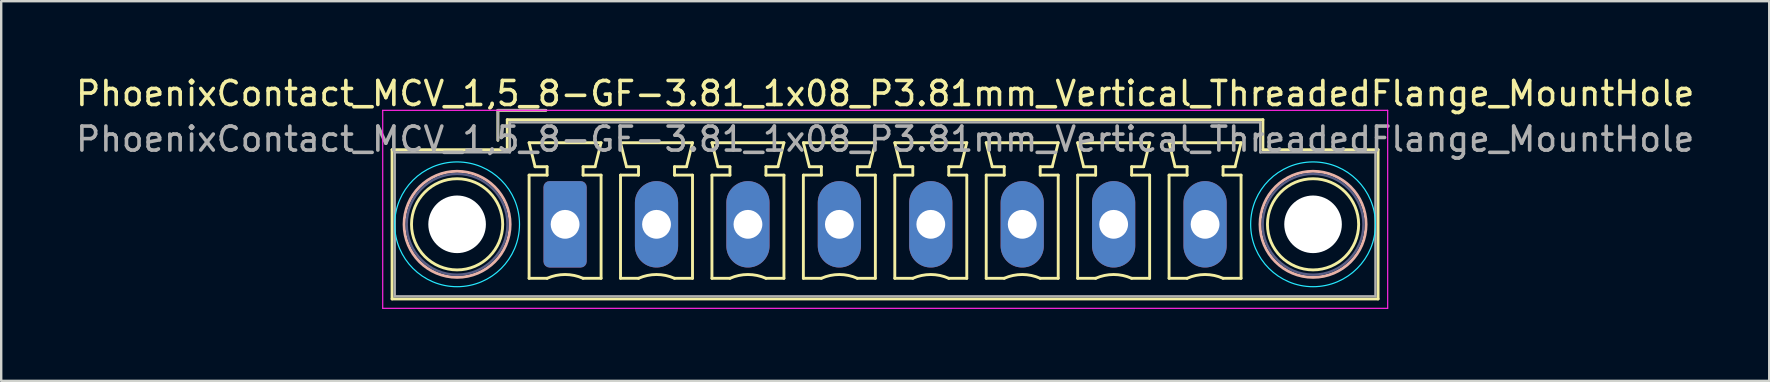
<source format=kicad_pcb>
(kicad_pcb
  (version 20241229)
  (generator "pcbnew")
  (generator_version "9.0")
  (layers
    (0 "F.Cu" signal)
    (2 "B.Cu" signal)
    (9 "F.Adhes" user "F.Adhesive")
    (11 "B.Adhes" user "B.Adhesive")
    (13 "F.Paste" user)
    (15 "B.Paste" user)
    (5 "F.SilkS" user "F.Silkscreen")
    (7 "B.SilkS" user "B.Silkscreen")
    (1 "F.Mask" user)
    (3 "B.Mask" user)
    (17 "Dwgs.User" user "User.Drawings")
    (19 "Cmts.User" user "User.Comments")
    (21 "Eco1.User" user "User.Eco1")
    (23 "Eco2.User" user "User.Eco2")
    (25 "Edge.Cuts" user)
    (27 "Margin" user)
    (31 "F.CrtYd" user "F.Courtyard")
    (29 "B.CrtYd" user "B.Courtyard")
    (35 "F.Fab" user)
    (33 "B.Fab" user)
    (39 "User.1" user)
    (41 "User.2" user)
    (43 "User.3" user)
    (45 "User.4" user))
  (footprint "PhoenixContact_MCV_1,5_8-GF-3.81_1x08_P3.81mm_Vertical_ThreadedFlange_MountHole"
    (layer "F.Cu")
    (at 20.499 6.298)
    (property "Reference" "PhoenixContact_MCV_1,5_8-GF-3.81_1x08_P3.81mm_Vertical_ThreadedFlange_MountHole" (at 13.34 -5.45 0) (layer "F.SilkS") (effects (font (size 1 1) (thickness 0.15))))
    (attr through_hole)
    (fp_line (start -7.21 -3.11) (end -7.21 3.11) (stroke (width 0.12) (type solid)) (layer "F.SilkS"))
    (fp_line (start -7.21 3.11) (end 33.88 3.11) (stroke (width 0.12) (type solid)) (layer "F.SilkS"))
    (fp_line (start -2.8 -4.75) (end -0.8 -4.75) (stroke (width 0.12) (type solid)) (layer "F.SilkS"))
    (fp_line (start -2.8 -3.5) (end -2.8 -4.75) (stroke (width 0.12) (type solid)) (layer "F.SilkS"))
    (fp_line (start -2.41 -4.36) (end -2.41 -3.11) (stroke (width 0.12) (type solid)) (layer "F.SilkS"))
    (fp_line (start -2.41 -3.11) (end -7.21 -3.11) (stroke (width 0.12) (type solid)) (layer "F.SilkS"))
    (fp_line (start -1.5 -3.4) (end 1.5 -3.4) (stroke (width 0.12) (type solid)) (layer "F.SilkS"))
    (fp_line (start -1.5 -2.05) (end -0.75 -2.05) (stroke (width 0.12) (type solid)) (layer "F.SilkS"))
    (fp_line (start -1.5 2.25) (end -1.5 -2.05) (stroke (width 0.12) (type solid)) (layer "F.SilkS"))
    (fp_line (start -1.25 -2.4) (end -1.5 -3.4) (stroke (width 0.12) (type solid)) (layer "F.SilkS"))
    (fp_line (start -0.75 -2.4) (end -1.25 -2.4) (stroke (width 0.12) (type solid)) (layer "F.SilkS"))
    (fp_line (start -0.75 -2.05) (end -0.75 -2.4) (stroke (width 0.12) (type solid)) (layer "F.SilkS"))
    (fp_line (start -0.75 2.25) (end -1.5 2.25) (stroke (width 0.12) (type solid)) (layer "F.SilkS"))
    (fp_line (start 0.75 -2.4) (end 0.75 -2.05) (stroke (width 0.12) (type solid)) (layer "F.SilkS"))
    (fp_line (start 0.75 -2.05) (end 1.5 -2.05) (stroke (width 0.12) (type solid)) (layer "F.SilkS"))
    (fp_line (start 1.25 -2.4) (end 0.75 -2.4) (stroke (width 0.12) (type solid)) (layer "F.SilkS"))
    (fp_line (start 1.5 -3.4) (end 1.25 -2.4) (stroke (width 0.12) (type solid)) (layer "F.SilkS"))
    (fp_line (start 1.5 -2.05) (end 1.5 2.25) (stroke (width 0.12) (type solid)) (layer "F.SilkS"))
    (fp_line (start 1.5 2.25) (end 0.75 2.25) (stroke (width 0.12) (type solid)) (layer "F.SilkS"))
    (fp_line (start 2.31 -3.4) (end 5.31 -3.4) (stroke (width 0.12) (type solid)) (layer "F.SilkS"))
    (fp_line (start 2.31 -2.05) (end 3.06 -2.05) (stroke (width 0.12) (type solid)) (layer "F.SilkS"))
    (fp_line (start 2.31 2.25) (end 2.31 -2.05) (stroke (width 0.12) (type solid)) (layer "F.SilkS"))
    (fp_line (start 2.56 -2.4) (end 2.31 -3.4) (stroke (width 0.12) (type solid)) (layer "F.SilkS"))
    (fp_line (start 3.06 -2.4) (end 2.56 -2.4) (stroke (width 0.12) (type solid)) (layer "F.SilkS"))
    (fp_line (start 3.06 -2.05) (end 3.06 -2.4) (stroke (width 0.12) (type solid)) (layer "F.SilkS"))
    (fp_line (start 3.06 2.25) (end 2.31 2.25) (stroke (width 0.12) (type solid)) (layer "F.SilkS"))
    (fp_line (start 4.56 -2.4) (end 4.56 -2.05) (stroke (width 0.12) (type solid)) (layer "F.SilkS"))
    (fp_line (start 4.56 -2.05) (end 5.31 -2.05) (stroke (width 0.12) (type solid)) (layer "F.SilkS"))
    (fp_line (start 5.06 -2.4) (end 4.56 -2.4) (stroke (width 0.12) (type solid)) (layer "F.SilkS"))
    (fp_line (start 5.31 -3.4) (end 5.06 -2.4) (stroke (width 0.12) (type solid)) (layer "F.SilkS"))
    (fp_line (start 5.31 -2.05) (end 5.31 2.25) (stroke (width 0.12) (type solid)) (layer "F.SilkS"))
    (fp_line (start 5.31 2.25) (end 4.56 2.25) (stroke (width 0.12) (type solid)) (layer "F.SilkS"))
    (fp_line (start 6.12 -3.4) (end 9.12 -3.4) (stroke (width 0.12) (type solid)) (layer "F.SilkS"))
    (fp_line (start 6.12 -2.05) (end 6.87 -2.05) (stroke (width 0.12) (type solid)) (layer "F.SilkS"))
    (fp_line (start 6.12 2.25) (end 6.12 -2.05) (stroke (width 0.12) (type solid)) (layer "F.SilkS"))
    (fp_line (start 6.37 -2.4) (end 6.12 -3.4) (stroke (width 0.12) (type solid)) (layer "F.SilkS"))
    (fp_line (start 6.87 -2.4) (end 6.37 -2.4) (stroke (width 0.12) (type solid)) (layer "F.SilkS"))
    (fp_line (start 6.87 -2.05) (end 6.87 -2.4) (stroke (width 0.12) (type solid)) (layer "F.SilkS"))
    (fp_line (start 6.87 2.25) (end 6.12 2.25) (stroke (width 0.12) (type solid)) (layer "F.SilkS"))
    (fp_line (start 8.37 -2.4) (end 8.37 -2.05) (stroke (width 0.12) (type solid)) (layer "F.SilkS"))
    (fp_line (start 8.37 -2.05) (end 9.12 -2.05) (stroke (width 0.12) (type solid)) (layer "F.SilkS"))
    (fp_line (start 8.87 -2.4) (end 8.37 -2.4) (stroke (width 0.12) (type solid)) (layer "F.SilkS"))
    (fp_line (start 9.12 -3.4) (end 8.87 -2.4) (stroke (width 0.12) (type solid)) (layer "F.SilkS"))
    (fp_line (start 9.12 -2.05) (end 9.12 2.25) (stroke (width 0.12) (type solid)) (layer "F.SilkS"))
    (fp_line (start 9.12 2.25) (end 8.37 2.25) (stroke (width 0.12) (type solid)) (layer "F.SilkS"))
    (fp_line (start 9.93 -3.4) (end 12.93 -3.4) (stroke (width 0.12) (type solid)) (layer "F.SilkS"))
    (fp_line (start 9.93 -2.05) (end 10.68 -2.05) (stroke (width 0.12) (type solid)) (layer "F.SilkS"))
    (fp_line (start 9.93 2.25) (end 9.93 -2.05) (stroke (width 0.12) (type solid)) (layer "F.SilkS"))
    (fp_line (start 10.18 -2.4) (end 9.93 -3.4) (stroke (width 0.12) (type solid)) (layer "F.SilkS"))
    (fp_line (start 10.68 -2.4) (end 10.18 -2.4) (stroke (width 0.12) (type solid)) (layer "F.SilkS"))
    (fp_line (start 10.68 -2.05) (end 10.68 -2.4) (stroke (width 0.12) (type solid)) (layer "F.SilkS"))
    (fp_line (start 10.68 2.25) (end 9.93 2.25) (stroke (width 0.12) (type solid)) (layer "F.SilkS"))
    (fp_line (start 12.18 -2.4) (end 12.18 -2.05) (stroke (width 0.12) (type solid)) (layer "F.SilkS"))
    (fp_line (start 12.18 -2.05) (end 12.93 -2.05) (stroke (width 0.12) (type solid)) (layer "F.SilkS"))
    (fp_line (start 12.68 -2.4) (end 12.18 -2.4) (stroke (width 0.12) (type solid)) (layer "F.SilkS"))
    (fp_line (start 12.93 -3.4) (end 12.68 -2.4) (stroke (width 0.12) (type solid)) (layer "F.SilkS"))
    (fp_line (start 12.93 -2.05) (end 12.93 2.25) (stroke (width 0.12) (type solid)) (layer "F.SilkS"))
    (fp_line (start 12.93 2.25) (end 12.18 2.25) (stroke (width 0.12) (type solid)) (layer "F.SilkS"))
    (fp_line (start 13.74 -3.4) (end 16.74 -3.4) (stroke (width 0.12) (type solid)) (layer "F.SilkS"))
    (fp_line (start 13.74 -2.05) (end 14.49 -2.05) (stroke (width 0.12) (type solid)) (layer "F.SilkS"))
    (fp_line (start 13.74 2.25) (end 13.74 -2.05) (stroke (width 0.12) (type solid)) (layer "F.SilkS"))
    (fp_line (start 13.99 -2.4) (end 13.74 -3.4) (stroke (width 0.12) (type solid)) (layer "F.SilkS"))
    (fp_line (start 14.49 -2.4) (end 13.99 -2.4) (stroke (width 0.12) (type solid)) (layer "F.SilkS"))
    (fp_line (start 14.49 -2.05) (end 14.49 -2.4) (stroke (width 0.12) (type solid)) (layer "F.SilkS"))
    (fp_line (start 14.49 2.25) (end 13.74 2.25) (stroke (width 0.12) (type solid)) (layer "F.SilkS"))
    (fp_line (start 15.99 -2.4) (end 15.99 -2.05) (stroke (width 0.12) (type solid)) (layer "F.SilkS"))
    (fp_line (start 15.99 -2.05) (end 16.74 -2.05) (stroke (width 0.12) (type solid)) (layer "F.SilkS"))
    (fp_line (start 16.49 -2.4) (end 15.99 -2.4) (stroke (width 0.12) (type solid)) (layer "F.SilkS"))
    (fp_line (start 16.74 -3.4) (end 16.49 -2.4) (stroke (width 0.12) (type solid)) (layer "F.SilkS"))
    (fp_line (start 16.74 -2.05) (end 16.74 2.25) (stroke (width 0.12) (type solid)) (layer "F.SilkS"))
    (fp_line (start 16.74 2.25) (end 15.99 2.25) (stroke (width 0.12) (type solid)) (layer "F.SilkS"))
    (fp_line (start 17.55 -3.4) (end 20.55 -3.4) (stroke (width 0.12) (type solid)) (layer "F.SilkS"))
    (fp_line (start 17.55 -2.05) (end 18.3 -2.05) (stroke (width 0.12) (type solid)) (layer "F.SilkS"))
    (fp_line (start 17.55 2.25) (end 17.55 -2.05) (stroke (width 0.12) (type solid)) (layer "F.SilkS"))
    (fp_line (start 17.8 -2.4) (end 17.55 -3.4) (stroke (width 0.12) (type solid)) (layer "F.SilkS"))
    (fp_line (start 18.3 -2.4) (end 17.8 -2.4) (stroke (width 0.12) (type solid)) (layer "F.SilkS"))
    (fp_line (start 18.3 -2.05) (end 18.3 -2.4) (stroke (width 0.12) (type solid)) (layer "F.SilkS"))
    (fp_line (start 18.3 2.25) (end 17.55 2.25) (stroke (width 0.12) (type solid)) (layer "F.SilkS"))
    (fp_line (start 19.8 -2.4) (end 19.8 -2.05) (stroke (width 0.12) (type solid)) (layer "F.SilkS"))
    (fp_line (start 19.8 -2.05) (end 20.55 -2.05) (stroke (width 0.12) (type solid)) (layer "F.SilkS"))
    (fp_line (start 20.3 -2.4) (end 19.8 -2.4) (stroke (width 0.12) (type solid)) (layer "F.SilkS"))
    (fp_line (start 20.55 -3.4) (end 20.3 -2.4) (stroke (width 0.12) (type solid)) (layer "F.SilkS"))
    (fp_line (start 20.55 -2.05) (end 20.55 2.25) (stroke (width 0.12) (type solid)) (layer "F.SilkS"))
    (fp_line (start 20.55 2.25) (end 19.8 2.25) (stroke (width 0.12) (type solid)) (layer "F.SilkS"))
    (fp_line (start 21.36 -3.4) (end 24.36 -3.4) (stroke (width 0.12) (type solid)) (layer "F.SilkS"))
    (fp_line (start 21.36 -2.05) (end 22.11 -2.05) (stroke (width 0.12) (type solid)) (layer "F.SilkS"))
    (fp_line (start 21.36 2.25) (end 21.36 -2.05) (stroke (width 0.12) (type solid)) (layer "F.SilkS"))
    (fp_line (start 21.61 -2.4) (end 21.36 -3.4) (stroke (width 0.12) (type solid)) (layer "F.SilkS"))
    (fp_line (start 22.11 -2.4) (end 21.61 -2.4) (stroke (width 0.12) (type solid)) (layer "F.SilkS"))
    (fp_line (start 22.11 -2.05) (end 22.11 -2.4) (stroke (width 0.12) (type solid)) (layer "F.SilkS"))
    (fp_line (start 22.11 2.25) (end 21.36 2.25) (stroke (width 0.12) (type solid)) (layer "F.SilkS"))
    (fp_line (start 23.61 -2.4) (end 23.61 -2.05) (stroke (width 0.12) (type solid)) (layer "F.SilkS"))
    (fp_line (start 23.61 -2.05) (end 24.36 -2.05) (stroke (width 0.12) (type solid)) (layer "F.SilkS"))
    (fp_line (start 24.11 -2.4) (end 23.61 -2.4) (stroke (width 0.12) (type solid)) (layer "F.SilkS"))
    (fp_line (start 24.36 -3.4) (end 24.11 -2.4) (stroke (width 0.12) (type solid)) (layer "F.SilkS"))
    (fp_line (start 24.36 -2.05) (end 24.36 2.25) (stroke (width 0.12) (type solid)) (layer "F.SilkS"))
    (fp_line (start 24.36 2.25) (end 23.61 2.25) (stroke (width 0.12) (type solid)) (layer "F.SilkS"))
    (fp_line (start 25.17 -3.4) (end 28.17 -3.4) (stroke (width 0.12) (type solid)) (layer "F.SilkS"))
    (fp_line (start 25.17 -2.05) (end 25.92 -2.05) (stroke (width 0.12) (type solid)) (layer "F.SilkS"))
    (fp_line (start 25.17 2.25) (end 25.17 -2.05) (stroke (width 0.12) (type solid)) (layer "F.SilkS"))
    (fp_line (start 25.42 -2.4) (end 25.17 -3.4) (stroke (width 0.12) (type solid)) (layer "F.SilkS"))
    (fp_line (start 25.92 -2.4) (end 25.42 -2.4) (stroke (width 0.12) (type solid)) (layer "F.SilkS"))
    (fp_line (start 25.92 -2.05) (end 25.92 -2.4) (stroke (width 0.12) (type solid)) (layer "F.SilkS"))
    (fp_line (start 25.92 2.25) (end 25.17 2.25) (stroke (width 0.12) (type solid)) (layer "F.SilkS"))
    (fp_line (start 27.42 -2.4) (end 27.42 -2.05) (stroke (width 0.12) (type solid)) (layer "F.SilkS"))
    (fp_line (start 27.42 -2.05) (end 28.17 -2.05) (stroke (width 0.12) (type solid)) (layer "F.SilkS"))
    (fp_line (start 27.92 -2.4) (end 27.42 -2.4) (stroke (width 0.12) (type solid)) (layer "F.SilkS"))
    (fp_line (start 28.17 -3.4) (end 27.92 -2.4) (stroke (width 0.12) (type solid)) (layer "F.SilkS"))
    (fp_line (start 28.17 -2.05) (end 28.17 2.25) (stroke (width 0.12) (type solid)) (layer "F.SilkS"))
    (fp_line (start 28.17 2.25) (end 27.42 2.25) (stroke (width 0.12) (type solid)) (layer "F.SilkS"))
    (fp_line (start 29.08 -4.36) (end -2.41 -4.36) (stroke (width 0.12) (type solid)) (layer "F.SilkS"))
    (fp_line (start 29.08 -3.11) (end 29.08 -4.36) (stroke (width 0.12) (type solid)) (layer "F.SilkS"))
    (fp_line (start 33.88 -3.11) (end 29.08 -3.11) (stroke (width 0.12) (type solid)) (layer "F.SilkS"))
    (fp_line (start 33.88 3.11) (end 33.88 -3.11) (stroke (width 0.12) (type solid)) (layer "F.SilkS"))
    (fp_arc (start -0.75 2.25) (mid -0.000193 2.09191) (end 0.749647 2.249844) (stroke (width 0.12) (type solid)) (layer "F.SilkS"))
    (fp_arc (start 3.06 2.25) (mid 3.809807 2.09191) (end 4.559647 2.249844) (stroke (width 0.12) (type solid)) (layer "F.SilkS"))
    (fp_arc (start 6.87 2.25) (mid 7.619807 2.09191) (end 8.369647 2.249844) (stroke (width 0.12) (type solid)) (layer "F.SilkS"))
    (fp_arc (start 10.68 2.25) (mid 11.429807 2.09191) (end 12.179647 2.249844) (stroke (width 0.12) (type solid)) (layer "F.SilkS"))
    (fp_arc (start 14.49 2.25) (mid 15.239807 2.09191) (end 15.989647 2.249844) (stroke (width 0.12) (type solid)) (layer "F.SilkS"))
    (fp_arc (start 18.3 2.25) (mid 19.049807 2.09191) (end 19.799647 2.249844) (stroke (width 0.12) (type solid)) (layer "F.SilkS"))
    (fp_arc (start 22.11 2.25) (mid 22.859807 2.09191) (end 23.609647 2.249844) (stroke (width 0.12) (type solid)) (layer "F.SilkS"))
    (fp_arc (start 25.92 2.25) (mid 26.669807 2.09191) (end 27.419647 2.249844) (stroke (width 0.12) (type solid)) (layer "F.SilkS"))
    (fp_circle (center -4.5 0) (end -2.6 0) (stroke (width 0.12) (type solid)) (fill no) (layer "F.SilkS"))
    (fp_circle (center 31.17 0) (end 33.07 0) (stroke (width 0.12) (type solid)) (fill no) (layer "F.SilkS"))
    (fp_circle (center -4.5 0) (end -2.29 0) (stroke (width 0.12) (type solid)) (fill no) (layer "B.SilkS"))
    (fp_circle (center 31.17 0) (end 33.38 0) (stroke (width 0.12) (type solid)) (fill no) (layer "B.SilkS"))
    (fp_circle (center -4.5 0) (end -1.9 0) (stroke (width 0.05) (type solid)) (fill no) (layer "B.CrtYd"))
    (fp_circle (center 31.17 0) (end 33.77 0) (stroke (width 0.05) (type solid)) (fill no) (layer "B.CrtYd"))
    (fp_line (start -7.6 -4.75) (end -7.6 3.5) (stroke (width 0.05) (type solid)) (layer "F.CrtYd"))
    (fp_line (start -7.6 3.5) (end 34.28 3.5) (stroke (width 0.05) (type solid)) (layer "F.CrtYd"))
    (fp_line (start 34.28 -4.75) (end -7.6 -4.75) (stroke (width 0.05) (type solid)) (layer "F.CrtYd"))
    (fp_line (start 34.28 3.5) (end 34.28 -4.75) (stroke (width 0.05) (type solid)) (layer "F.CrtYd"))
    (fp_circle (center -4.5 0) (end -2.4 0) (stroke (width 0.1) (type solid)) (fill no) (layer "B.Fab"))
    (fp_circle (center 31.17 0) (end 33.27 0) (stroke (width 0.1) (type solid)) (fill no) (layer "B.Fab"))
    (fp_line (start -7.1 -3) (end -7.1 3) (stroke (width 0.1) (type solid)) (layer "F.Fab"))
    (fp_line (start -7.1 3) (end 33.77 3) (stroke (width 0.1) (type solid)) (layer "F.Fab"))
    (fp_line (start -2.8 -4.75) (end -0.8 -4.75) (stroke (width 0.1) (type solid)) (layer "F.Fab"))
    (fp_line (start -2.8 -3.5) (end -2.8 -4.75) (stroke (width 0.1) (type solid)) (layer "F.Fab"))
    (fp_line (start -2.3 -4.25) (end -2.3 -3) (stroke (width 0.1) (type solid)) (layer "F.Fab"))
    (fp_line (start -2.3 -3) (end -7.1 -3) (stroke (width 0.1) (type solid)) (layer "F.Fab"))
    (fp_line (start 28.97 -4.25) (end -2.3 -4.25) (stroke (width 0.1) (type solid)) (layer "F.Fab"))
    (fp_line (start 28.97 -3) (end 28.97 -4.25) (stroke (width 0.1) (type solid)) (layer "F.Fab"))
    (fp_line (start 33.77 -3) (end 28.97 -3) (stroke (width 0.1) (type solid)) (layer "F.Fab"))
    (fp_line (start 33.77 3) (end 33.77 -3) (stroke (width 0.1) (type solid)) (layer "F.Fab"))
    (fp_text user "${REFERENCE}" (at 13.34 -3.55 0) (layer "F.Fab") (effects (font (size 1 1) (thickness 0.15))))
    (pad "" np_thru_hole circle (at -4.5 0) (size 2.4 2.4) (drill 2.4) (layers "*.Cu" "*.Mask"))
    (pad "" np_thru_hole circle (at 31.17 0) (size 2.4 2.4) (drill 2.4) (layers "*.Cu" "*.Mask"))
    (pad "1" thru_hole roundrect (at 0 0) (size 1.8 3.6) (drill 1.2) (layers "*.Cu" "*.Mask") (roundrect_rratio 0.139))
    (pad "2" thru_hole oval (at 3.81 0) (size 1.8 3.6) (drill 1.2) (layers "*.Cu" "*.Mask"))
    (pad "3" thru_hole oval (at 7.62 0) (size 1.8 3.6) (drill 1.2) (layers "*.Cu" "*.Mask"))
    (pad "4" thru_hole oval (at 11.43 0) (size 1.8 3.6) (drill 1.2) (layers "*.Cu" "*.Mask"))
    (pad "5" thru_hole oval (at 15.24 0) (size 1.8 3.6) (drill 1.2) (layers "*.Cu" "*.Mask"))
    (pad "6" thru_hole oval (at 19.05 0) (size 1.8 3.6) (drill 1.2) (layers "*.Cu" "*.Mask"))
    (pad "7" thru_hole oval (at 22.86 0) (size 1.8 3.6) (drill 1.2) (layers "*.Cu" "*.Mask"))
    (pad "8" thru_hole oval (at 26.67 0) (size 1.8 3.6) (drill 1.2) (layers "*.Cu" "*.Mask")))
  (gr_rect
    (start -3 -3)
    (end 70.679 12.823)
    (stroke (width 0.1) (type default))
    (fill no)
    (layer "Edge.Cuts")))
</source>
